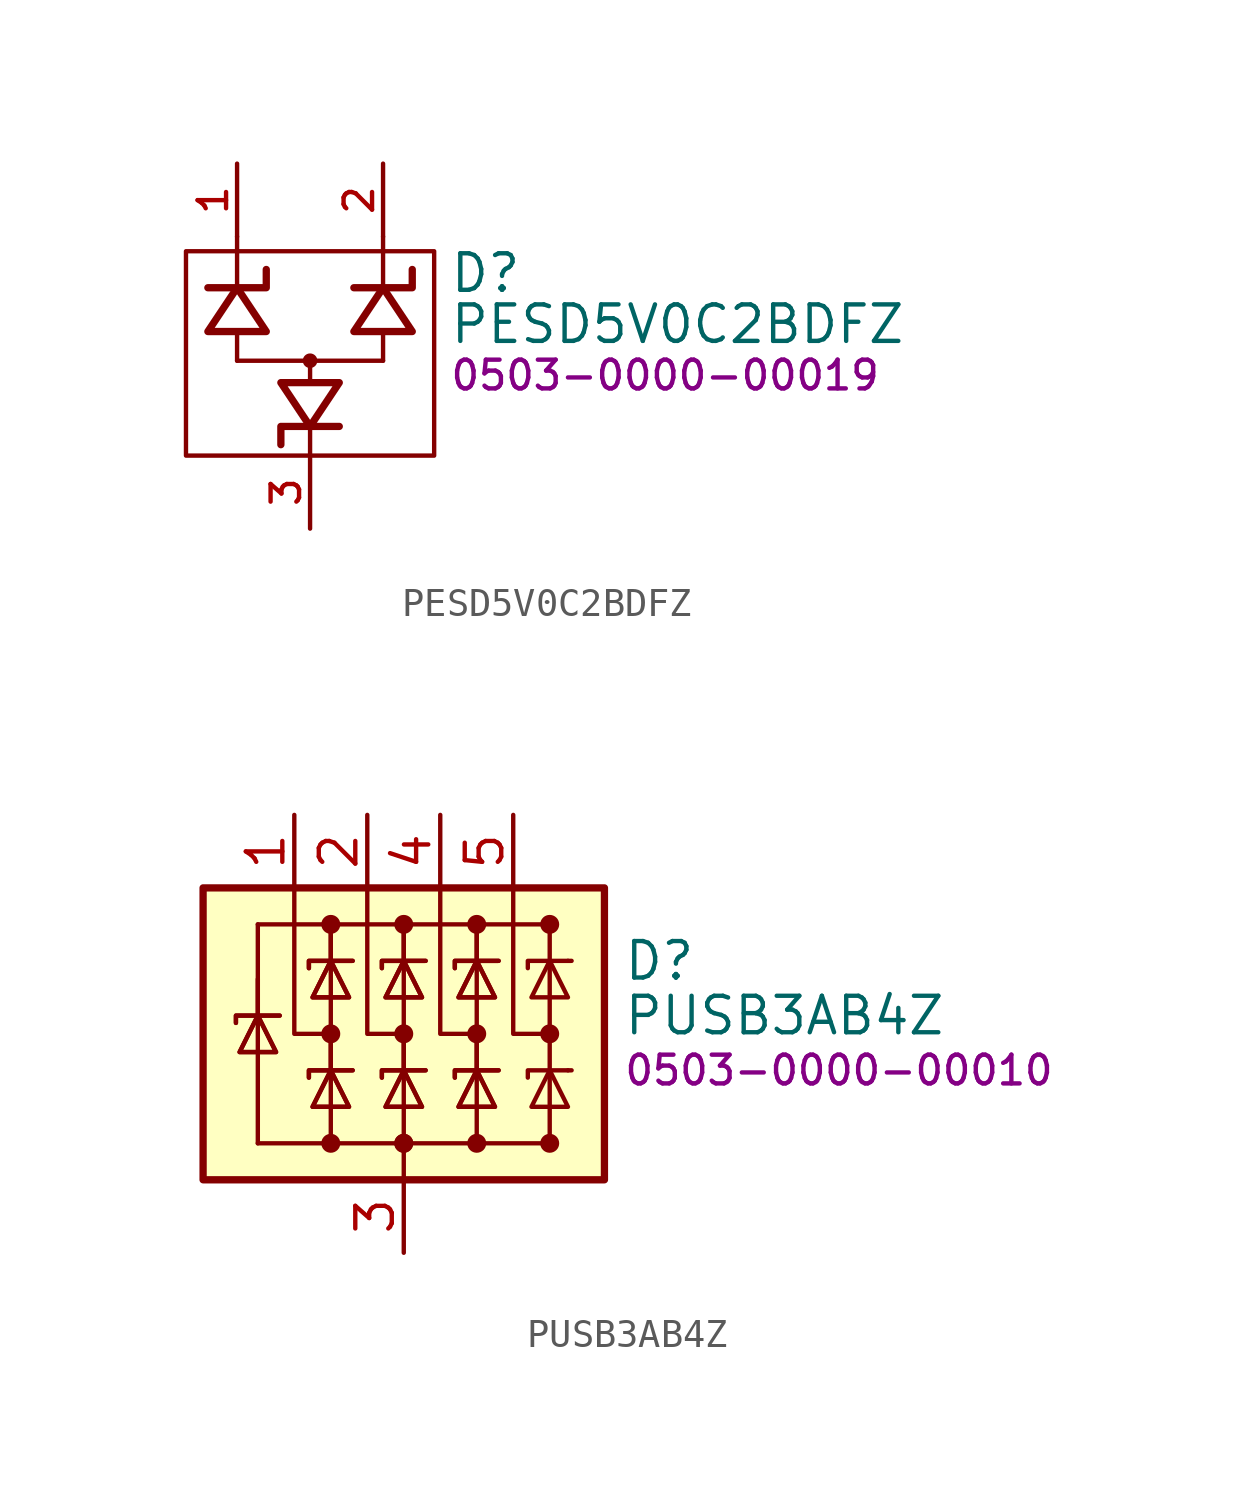
<source format=kicad_sym>
(kicad_symbol_lib
  (version 20231120)
  (generator "kicad_symbol_editor")
  (generator_version "8.0")
  (symbol "PESD5V0C2BDFZ"
    (property "Reference" "D"
      (at 4.826 1.27 0)
      (effects (font (size 1.27 1.27)) (justify left)))
    (property "Value" "PESD5V0C2BDFZ"
      (at 4.826 -0.508 0)
      (effects (font (size 1.27 1.27)) (justify left)))
    (property "PartNumber" "0503-0000-00019"
      (at 4.826 -2.286 0)
      (effects (font (size 1 1)) (justify left)))
    (symbol "PESD5V0C2BDFZ_0_0"
      (pin passive line (at -2.54 5.08 270) (length 2.54) (name "K1" (effects (font (size 0 0)))) (number "1" (effects (font (size 0.991 0.991)))))
      (pin passive line (at 2.54 5.08 270) (length 2.54) (name "K2" (effects (font (size 0 0)))) (number "2" (effects (font (size 0.991 0.991)))))
      (pin passive line (at 0 -7.62 90) (length 2.54) (name "K3" (effects (font (size 0 0)))) (number "3" (effects (font (size 0.991 0.991))))))
    (symbol "PESD5V0C2BDFZ_0_1"
      (rectangle (start -4.318 2.032) (end 4.318 -5.08) (stroke (width 0) (type default)) (fill (type none)))
      (polyline (pts (xy -2.54 -1.778) (xy -2.54 -0.762)) (stroke (width 0) (type default)) (fill (type none)))
      (polyline (pts (xy -2.54 2.54) (xy -2.54 0.762)) (stroke (width 0) (type default)) (fill (type none)))
      (polyline (pts (xy 0 -5.08) (xy 0 -4.064)) (stroke (width 0) (type default)) (fill (type none)))
      (polyline (pts (xy 0 -1.778) (xy 0 -2.54)) (stroke (width 0) (type default)) (fill (type none)))
      (polyline (pts (xy 2.54 -1.778) (xy -2.54 -1.778)) (stroke (width 0) (type default)) (fill (type none)))
      (polyline (pts (xy 2.54 -1.778) (xy 2.54 -0.762)) (stroke (width 0) (type default)) (fill (type none)))
      (polyline (pts (xy 2.54 2.54) (xy 2.54 0.762)) (stroke (width 0) (type default)) (fill (type none)))
      (polyline (pts (xy -3.556 -0.762) (xy -2.54 0.762) (xy -1.524 -0.762) (xy -3.556 -0.762)) (stroke (width 0.254) (type default)) (fill (type none)))
      (polyline (pts (xy 1.016 -2.54) (xy 0 -4.064) (xy -1.016 -2.54) (xy 1.016 -2.54)) (stroke (width 0.254) (type default)) (fill (type none)))
      (polyline (pts (xy 1.524 -0.762) (xy 2.54 0.762) (xy 3.556 -0.762) (xy 1.524 -0.762)) (stroke (width 0.254) (type default)) (fill (type none)))
      (polyline (pts (xy -1.524 1.397) (xy -1.524 1.27) (xy -1.524 0.762) (xy -3.556 0.762) (xy -3.556 0.762) (xy -3.556 0.762)) (stroke (width 0.254) (type default)) (fill (type none)))
      (polyline (pts (xy -1.016 -4.699) (xy -1.016 -4.572) (xy -1.016 -4.064) (xy 1.016 -4.064) (xy 1.016 -4.064) (xy 1.016 -4.064)) (stroke (width 0.254) (type default)) (fill (type none)))
      (polyline (pts (xy 3.556 1.397) (xy 3.556 1.27) (xy 3.556 0.762) (xy 1.524 0.762) (xy 1.524 0.762) (xy 1.524 0.762)) (stroke (width 0.254) (type default)) (fill (type none))))
    (symbol "PESD5V0C2BDFZ_1_1"
      (circle (center 0 -1.778) (radius 0.254) (stroke (width -0.0001) (type default)) (fill (type outline)))))
  (symbol "PUSB3AB4Z"
    (pin_names hide)
    (property "Reference" "D"
      (at 7.62 2.54 0)
      (effects (font (size 1.27 1.27)) (justify left)))
    (property "Value" "PUSB3AB4Z"
      (at 7.62 0.635 0)
      (effects (font (size 1.27 1.27)) (justify left)))
    (property "PartNumber" "0503-0000-00010"
      (at 7.62 -1.27 0)
      (effects (font (size 1 1)) (justify left)))
    (symbol "PUSB3AB4Z_0_0"
      (pin passive line (at 0 -7.62 90) (length 2.54) (name "A" (effects (font (size 1.27 1.27)))) (number "3" (effects (font (size 1.27 1.27))))))
    (symbol "PUSB3AB4Z_0_1"
      (rectangle (start -6.985 5.08) (end 6.985 -5.08) (stroke (width 0.254) (type default)) (fill (type background)))
      (circle (center -2.54 -3.81) (radius 0.254) (stroke (width 0) (type default)) (fill (type outline)))
      (circle (center -2.54 0) (radius 0.254) (stroke (width 0) (type default)) (fill (type outline)))
      (circle (center -2.54 3.81) (radius 0.254) (stroke (width 0) (type default)) (fill (type outline)))
      (circle (center 0 -3.81) (radius 0.254) (stroke (width 0) (type default)) (fill (type outline)))
      (circle (center 0 -3.81) (radius 0.254) (stroke (width 0) (type default)) (fill (type outline)))
      (polyline (pts (xy -5.08 0.635) (xy -5.08 -3.81)) (stroke (width 0) (type default)) (fill (type none)))
      (polyline (pts (xy -5.08 1.905) (xy -5.08 0.635)) (stroke (width 0) (type default)) (fill (type none)))
      (polyline (pts (xy -5.08 3.81) (xy -5.08 0.635)) (stroke (width 0) (type default)) (fill (type none)))
      (polyline (pts (xy -5.08 3.81) (xy 5.08 3.81)) (stroke (width 0) (type default)) (fill (type none)))
      (polyline (pts (xy -2.54 -3.81) (xy -5.08 -3.81)) (stroke (width 0) (type default)) (fill (type none)))
      (polyline (pts (xy -2.54 0) (xy -2.54 -1.27)) (stroke (width 0) (type default)) (fill (type none)))
      (polyline (pts (xy -2.54 2.54) (xy -2.54 -1.27)) (stroke (width 0) (type default)) (fill (type none)))
      (polyline (pts (xy -2.54 3.81) (xy -2.54 2.54)) (stroke (width 0) (type default)) (fill (type none)))
      (polyline (pts (xy -2.54 3.81) (xy -2.54 2.54)) (stroke (width 0) (type default)) (fill (type none)))
      (polyline (pts (xy 0 -5.08) (xy 0 -3.81)) (stroke (width 0) (type default)) (fill (type none)))
      (polyline (pts (xy 0 0) (xy 0 -1.27)) (stroke (width 0) (type default)) (fill (type none)))
      (polyline (pts (xy 0 2.54) (xy 0 -1.27)) (stroke (width 0) (type default)) (fill (type none)))
      (polyline (pts (xy 0 3.81) (xy 0 2.54)) (stroke (width 0) (type default)) (fill (type none)))
      (polyline (pts (xy 0 3.81) (xy 0 2.54)) (stroke (width 0) (type default)) (fill (type none)))
      (polyline (pts (xy 2.54 0) (xy 2.54 -1.27)) (stroke (width 0) (type default)) (fill (type none)))
      (polyline (pts (xy 2.54 2.54) (xy 2.54 -1.27)) (stroke (width 0) (type default)) (fill (type none)))
      (polyline (pts (xy 2.54 3.81) (xy 2.54 2.54)) (stroke (width 0) (type default)) (fill (type none)))
      (polyline (pts (xy 2.54 3.81) (xy 2.54 2.54)) (stroke (width 0) (type default)) (fill (type none)))
      (polyline (pts (xy 5.08 -3.81) (xy 5.08 2.54)) (stroke (width 0) (type default)) (fill (type none)))
      (polyline (pts (xy 5.08 3.81) (xy 5.08 2.54)) (stroke (width 0) (type default)) (fill (type none)))
      (polyline (pts (xy 5.715 -1.27) (xy 5.842 -1.27)) (stroke (width 0) (type default)) (fill (type none)))
      (polyline (pts (xy 5.715 2.54) (xy 5.842 2.54)) (stroke (width 0) (type default)) (fill (type none)))
      (polyline (pts (xy -3.81 5.08) (xy -3.81 0) (xy -2.54 0)) (stroke (width 0) (type default)) (fill (type none)))
      (polyline (pts (xy -2.54 -1.27) (xy -2.54 -3.81) (xy 0 -3.81)) (stroke (width 0) (type default)) (fill (type none)))
      (polyline (pts (xy -1.27 5.08) (xy -1.27 0) (xy 0 0)) (stroke (width 0) (type default)) (fill (type none)))
      (polyline (pts (xy 0 -1.27) (xy 0 -3.81) (xy 2.54 -3.81)) (stroke (width 0) (type default)) (fill (type none)))
      (polyline (pts (xy 1.27 5.08) (xy 1.27 0) (xy 2.54 0)) (stroke (width 0) (type default)) (fill (type none)))
      (polyline (pts (xy 2.54 -1.27) (xy 2.54 -3.81) (xy 5.08 -3.81)) (stroke (width 0) (type default)) (fill (type none)))
      (polyline (pts (xy 3.81 5.08) (xy 3.81 0) (xy 5.08 0)) (stroke (width 0) (type default)) (fill (type none)))
      (polyline (pts (xy 5.715 -1.27) (xy 4.318 -1.27) (xy 4.318 -1.524)) (stroke (width 0) (type default)) (fill (type none)))
      (polyline (pts (xy 5.715 2.54) (xy 4.318 2.54) (xy 4.318 2.286)) (stroke (width 0) (type default)) (fill (type none)))
      (polyline (pts (xy -5.842 0.381) (xy -5.842 0.635) (xy -4.445 0.635) (xy -4.318 0.635)) (stroke (width 0) (type default)) (fill (type none)))
      (polyline (pts (xy -5.842 0.381) (xy -5.842 0.635) (xy -4.445 0.635) (xy -4.318 0.635)) (stroke (width 0) (type default)) (fill (type none)))
      (polyline (pts (xy -5.08 0.635) (xy -4.445 -0.635) (xy -5.715 -0.635) (xy -5.08 0.635)) (stroke (width 0) (type default)) (fill (type none)))
      (polyline (pts (xy -5.08 0.635) (xy -4.445 -0.635) (xy -5.715 -0.635) (xy -5.08 0.635)) (stroke (width 0) (type default)) (fill (type none)))
      (polyline (pts (xy -3.302 -1.524) (xy -3.302 -1.27) (xy -1.905 -1.27) (xy -1.778 -1.27)) (stroke (width 0) (type default)) (fill (type none)))
      (polyline (pts (xy -3.302 -1.524) (xy -3.302 -1.27) (xy -1.905 -1.27) (xy -1.778 -1.27)) (stroke (width 0) (type default)) (fill (type none)))
      (polyline (pts (xy -3.302 2.286) (xy -3.302 2.54) (xy -1.905 2.54) (xy -1.778 2.54)) (stroke (width 0) (type default)) (fill (type none)))
      (polyline (pts (xy -3.302 2.286) (xy -3.302 2.54) (xy -1.905 2.54) (xy -1.778 2.54)) (stroke (width 0) (type default)) (fill (type none)))
      (polyline (pts (xy -2.54 -1.27) (xy -1.905 -2.54) (xy -3.175 -2.54) (xy -2.54 -1.27)) (stroke (width 0) (type default)) (fill (type none)))
      (polyline (pts (xy -2.54 -1.27) (xy -1.905 -2.54) (xy -3.175 -2.54) (xy -2.54 -1.27)) (stroke (width 0) (type default)) (fill (type none)))
      (polyline (pts (xy -2.54 2.54) (xy -1.905 1.27) (xy -3.175 1.27) (xy -2.54 2.54)) (stroke (width 0) (type default)) (fill (type none)))
      (polyline (pts (xy -2.54 2.54) (xy -1.905 1.27) (xy -3.175 1.27) (xy -2.54 2.54)) (stroke (width 0) (type default)) (fill (type none)))
      (polyline (pts (xy -0.762 -1.524) (xy -0.762 -1.27) (xy 0.635 -1.27) (xy 0.762 -1.27)) (stroke (width 0) (type default)) (fill (type none)))
      (polyline (pts (xy -0.762 -1.524) (xy -0.762 -1.27) (xy 0.635 -1.27) (xy 0.762 -1.27)) (stroke (width 0) (type default)) (fill (type none)))
      (polyline (pts (xy -0.762 2.286) (xy -0.762 2.54) (xy 0.635 2.54) (xy 0.762 2.54)) (stroke (width 0) (type default)) (fill (type none)))
      (polyline (pts (xy -0.762 2.286) (xy -0.762 2.54) (xy 0.635 2.54) (xy 0.762 2.54)) (stroke (width 0) (type default)) (fill (type none)))
      (polyline (pts (xy 0 -1.27) (xy 0.635 -2.54) (xy -0.635 -2.54) (xy 0 -1.27)) (stroke (width 0) (type default)) (fill (type none)))
      (polyline (pts (xy 0 -1.27) (xy 0.635 -2.54) (xy -0.635 -2.54) (xy 0 -1.27)) (stroke (width 0) (type default)) (fill (type none)))
      (polyline (pts (xy 0 2.54) (xy 0.635 1.27) (xy -0.635 1.27) (xy 0 2.54)) (stroke (width 0) (type default)) (fill (type none)))
      (polyline (pts (xy 0 2.54) (xy 0.635 1.27) (xy -0.635 1.27) (xy 0 2.54)) (stroke (width 0) (type default)) (fill (type none)))
      (polyline (pts (xy 1.778 -1.524) (xy 1.778 -1.27) (xy 3.175 -1.27) (xy 3.302 -1.27)) (stroke (width 0) (type default)) (fill (type none)))
      (polyline (pts (xy 1.778 -1.524) (xy 1.778 -1.27) (xy 3.175 -1.27) (xy 3.302 -1.27)) (stroke (width 0) (type default)) (fill (type none)))
      (polyline (pts (xy 1.778 2.286) (xy 1.778 2.54) (xy 3.175 2.54) (xy 3.302 2.54)) (stroke (width 0) (type default)) (fill (type none)))
      (polyline (pts (xy 1.778 2.286) (xy 1.778 2.54) (xy 3.175 2.54) (xy 3.302 2.54)) (stroke (width 0) (type default)) (fill (type none)))
      (polyline (pts (xy 2.54 -1.27) (xy 3.175 -2.54) (xy 1.905 -2.54) (xy 2.54 -1.27)) (stroke (width 0) (type default)) (fill (type none)))
      (polyline (pts (xy 2.54 -1.27) (xy 3.175 -2.54) (xy 1.905 -2.54) (xy 2.54 -1.27)) (stroke (width 0) (type default)) (fill (type none)))
      (polyline (pts (xy 2.54 2.54) (xy 3.175 1.27) (xy 1.905 1.27) (xy 2.54 2.54)) (stroke (width 0) (type default)) (fill (type none)))
      (polyline (pts (xy 2.54 2.54) (xy 3.175 1.27) (xy 1.905 1.27) (xy 2.54 2.54)) (stroke (width 0) (type default)) (fill (type none)))
      (polyline (pts (xy 5.715 -2.54) (xy 4.445 -2.54) (xy 5.08 -1.27) (xy 5.715 -2.54)) (stroke (width 0) (type default)) (fill (type none)))
      (polyline (pts (xy 5.715 1.27) (xy 4.445 1.27) (xy 5.08 2.54) (xy 5.715 1.27)) (stroke (width 0) (type default)) (fill (type none)))
      (circle (center 0 0) (radius 0.254) (stroke (width 0) (type default)) (fill (type outline)))
      (circle (center 0 3.81) (radius 0.254) (stroke (width 0) (type default)) (fill (type outline)))
      (circle (center 2.54 -3.81) (radius 0.254) (stroke (width 0) (type default)) (fill (type outline)))
      (circle (center 2.54 0) (radius 0.254) (stroke (width 0) (type default)) (fill (type outline)))
      (circle (center 2.54 3.81) (radius 0.254) (stroke (width 0) (type default)) (fill (type outline)))
      (circle (center 5.08 -3.81) (radius 0.254) (stroke (width 0) (type default)) (fill (type outline)))
      (circle (center 5.08 0) (radius 0.254) (stroke (width 0) (type default)) (fill (type outline)))
      (circle (center 5.08 3.81) (radius 0.254) (stroke (width 0) (type default)) (fill (type outline))))
    (symbol "PUSB3AB4Z_1_1"
      (pin passive line (at -3.81 7.62 270) (length 2.54) (name "K1" (effects (font (size 1.27 1.27)))) (number "1" (effects (font (size 1.27 1.27)))))
      (pin no_connect line (at 2.54 -7.62 90) (length 2.54) hide (name "NC" (effects (font (size 1.27 1.27)))) (number "10" (effects (font (size 1.27 1.27)))))
      (pin passive line (at -1.27 7.62 270) (length 2.54) (name "K2" (effects (font (size 1.27 1.27)))) (number "2" (effects (font (size 1.27 1.27)))))
      (pin passive line (at 1.27 7.62 270) (length 2.54) (name "K3" (effects (font (size 1.27 1.27)))) (number "4" (effects (font (size 1.27 1.27)))))
      (pin passive line (at 3.81 7.62 270) (length 2.54) (name "K4" (effects (font (size 1.27 1.27)))) (number "5" (effects (font (size 1.27 1.27)))))
      (pin no_connect line (at 2.54 -7.62 90) (length 2.54) hide (name "NC" (effects (font (size 1.27 1.27)))) (number "6" (effects (font (size 1.27 1.27)))))
      (pin no_connect line (at 2.54 -7.62 90) (length 2.54) hide (name "NC" (effects (font (size 1.27 1.27)))) (number "7" (effects (font (size 1.27 1.27)))))
      (pin passive line (at 0 -7.62 90) (length 2.54) hide (name "A" (effects (font (size 1.27 1.27)))) (number "8" (effects (font (size 1.27 1.27)))))
      (pin no_connect line (at 2.54 -7.62 90) (length 2.54) hide (name "NC" (effects (font (size 1.27 1.27)))) (number "9" (effects (font (size 1.27 1.27))))))))
</source>
